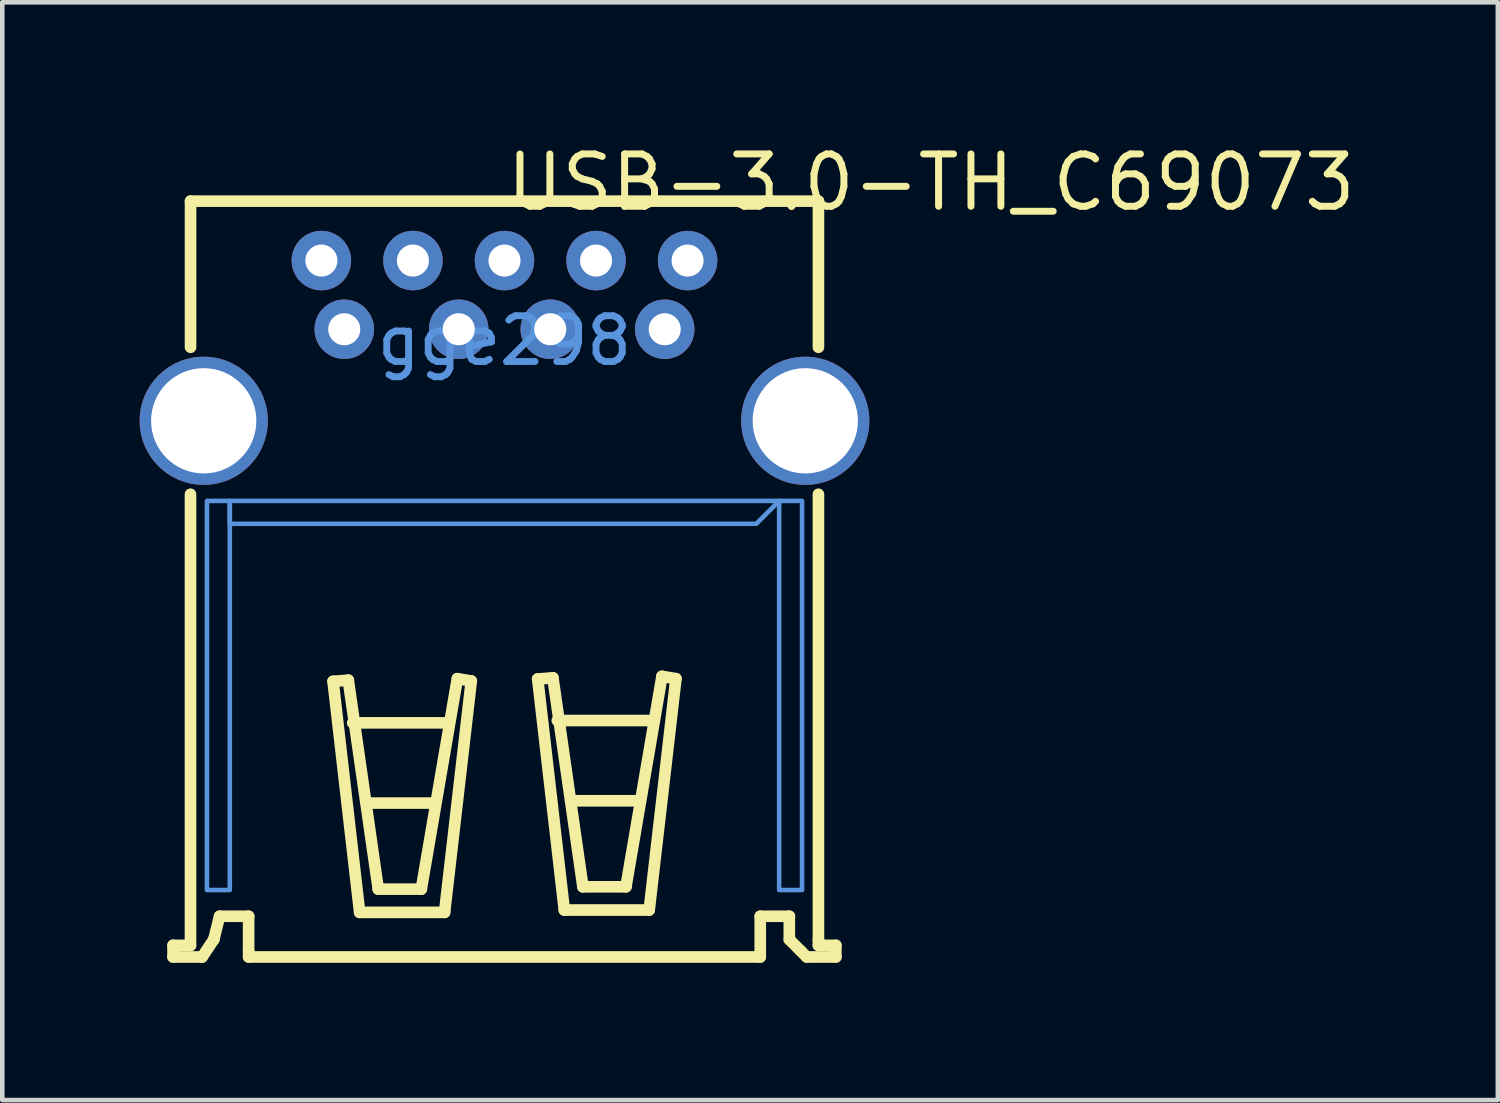
<source format=kicad_pcb>
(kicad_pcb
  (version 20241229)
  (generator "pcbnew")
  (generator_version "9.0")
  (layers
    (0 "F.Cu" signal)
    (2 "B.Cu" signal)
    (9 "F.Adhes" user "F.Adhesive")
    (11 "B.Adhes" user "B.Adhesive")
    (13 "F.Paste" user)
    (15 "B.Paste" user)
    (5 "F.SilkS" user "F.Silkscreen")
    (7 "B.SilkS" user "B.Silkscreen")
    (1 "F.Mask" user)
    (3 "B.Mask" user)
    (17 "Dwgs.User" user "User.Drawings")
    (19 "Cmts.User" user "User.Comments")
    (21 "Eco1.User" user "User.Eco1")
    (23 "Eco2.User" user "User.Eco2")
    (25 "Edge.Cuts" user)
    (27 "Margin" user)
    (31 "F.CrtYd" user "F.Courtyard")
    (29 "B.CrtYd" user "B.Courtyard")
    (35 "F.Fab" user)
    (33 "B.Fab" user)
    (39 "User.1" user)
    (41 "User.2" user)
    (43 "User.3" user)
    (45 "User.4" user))
  (footprint "USB-3.0-TH_C69073"
    (layer "F.Cu")
    (at 7.97 4.392)
    (property "Reference" "USB-3.0-TH_C69073" (at -0.034 -3.457 0) (layer "F.SilkS") (effects (font (size 1.143 1.143) (thickness 0.152)) (justify left)))
    (attr through_hole)
    (fp_line (start -7.24 13.208) (end -7.24 13.462) (stroke (width 0.254) (type solid)) (layer "F.SilkS"))
    (fp_line (start -7.24 13.462) (end -6.605 13.462) (stroke (width 0.254) (type solid)) (layer "F.SilkS"))
    (fp_line (start -6.859 3.355) (end -6.859 13.208) (stroke (width 0.254) (type solid)) (layer "F.SilkS"))
    (fp_line (start -6.859 13.208) (end -7.24 13.208) (stroke (width 0.254) (type solid)) (layer "F.SilkS"))
    (fp_line (start -6.858 -3.048) (end -6.858 0.144) (stroke (width 0.254) (type solid)) (layer "F.SilkS"))
    (fp_line (start -6.605 13.462) (end -6.35 13.081) (stroke (width 0.254) (type solid)) (layer "F.SilkS"))
    (fp_line (start -6.35 13.081) (end -6.224 12.573) (stroke (width 0.254) (type solid)) (layer "F.SilkS"))
    (fp_line (start -6.224 12.573) (end -5.589 12.573) (stroke (width 0.254) (type solid)) (layer "F.SilkS"))
    (fp_line (start -5.589 12.573) (end -5.589 13.335) (stroke (width 0.254) (type solid)) (layer "F.SilkS"))
    (fp_line (start -5.589 13.335) (end -5.589 13.462) (stroke (width 0.254) (type solid)) (layer "F.SilkS"))
    (fp_line (start -5.589 13.462) (end 5.587 13.462) (stroke (width 0.254) (type solid)) (layer "F.SilkS"))
    (fp_line (start -3.745 7.441) (end -3.164 12.488) (stroke (width 0.254) (type solid)) (layer "F.SilkS"))
    (fp_line (start -3.412 7.416) (end -3.745 7.441) (stroke (width 0.254) (type solid)) (layer "F.SilkS"))
    (fp_line (start -3.316 8.348) (end -1.233 8.348) (stroke (width 0.254) (type solid)) (layer "F.SilkS"))
    (fp_line (start -3.164 12.488) (end -1.309 12.488) (stroke (width 0.254) (type solid)) (layer "F.SilkS"))
    (fp_line (start -2.986 10.1) (end -1.538 10.1) (stroke (width 0.254) (type solid)) (layer "F.SilkS"))
    (fp_line (start -2.757 11.98) (end -3.412 7.416) (stroke (width 0.254) (type solid)) (layer "F.SilkS"))
    (fp_line (start -1.817 11.98) (end -2.757 11.98) (stroke (width 0.254) (type solid)) (layer "F.SilkS"))
    (fp_line (start -1.309 12.488) (end -0.725 7.433) (stroke (width 0.254) (type solid)) (layer "F.SilkS"))
    (fp_line (start -1.03 7.383) (end -1.817 11.98) (stroke (width 0.254) (type solid)) (layer "F.SilkS"))
    (fp_line (start -0.725 7.433) (end -1.03 7.383) (stroke (width 0.254) (type solid)) (layer "F.SilkS"))
    (fp_line (start 0.725 7.39) (end 1.058 7.365) (stroke (width 0.254) (type solid)) (layer "F.SilkS"))
    (fp_line (start 1.058 7.365) (end 1.713 11.929) (stroke (width 0.254) (type solid)) (layer "F.SilkS"))
    (fp_line (start 1.154 8.297) (end 3.237 8.297) (stroke (width 0.254) (type solid)) (layer "F.SilkS"))
    (fp_line (start 1.307 12.437) (end 0.725 7.39) (stroke (width 0.254) (type solid)) (layer "F.SilkS"))
    (fp_line (start 1.485 10.05) (end 2.932 10.05) (stroke (width 0.254) (type solid)) (layer "F.SilkS"))
    (fp_line (start 1.713 11.929) (end 2.653 11.929) (stroke (width 0.254) (type solid)) (layer "F.SilkS"))
    (fp_line (start 2.653 11.929) (end 3.44 7.332) (stroke (width 0.254) (type solid)) (layer "F.SilkS"))
    (fp_line (start 3.161 12.437) (end 1.307 12.437) (stroke (width 0.254) (type solid)) (layer "F.SilkS"))
    (fp_line (start 3.44 7.332) (end 3.745 7.383) (stroke (width 0.254) (type solid)) (layer "F.SilkS"))
    (fp_line (start 3.745 7.383) (end 3.161 12.437) (stroke (width 0.254) (type solid)) (layer "F.SilkS"))
    (fp_line (start 5.587 12.573) (end 6.222 12.573) (stroke (width 0.254) (type solid)) (layer "F.SilkS"))
    (fp_line (start 5.587 13.462) (end 5.587 12.573) (stroke (width 0.254) (type solid)) (layer "F.SilkS"))
    (fp_line (start 6.222 12.573) (end 6.222 13.081) (stroke (width 0.254) (type solid)) (layer "F.SilkS"))
    (fp_line (start 6.222 13.081) (end 6.476 13.335) (stroke (width 0.254) (type solid)) (layer "F.SilkS"))
    (fp_line (start 6.476 13.335) (end 6.603 13.462) (stroke (width 0.254) (type solid)) (layer "F.SilkS"))
    (fp_line (start 6.603 13.462) (end 7.238 13.462) (stroke (width 0.254) (type solid)) (layer "F.SilkS"))
    (fp_line (start 6.857 13.208) (end 6.857 13.081) (stroke (width 0.254) (type solid)) (layer "F.SilkS"))
    (fp_line (start 6.858 -3.048) (end -6.858 -3.048) (stroke (width 0.254) (type solid)) (layer "F.SilkS"))
    (fp_line (start 6.858 0.144) (end 6.858 -3.048) (stroke (width 0.254) (type solid)) (layer "F.SilkS"))
    (fp_line (start 6.858 13.081) (end 6.858 3.355) (stroke (width 0.254) (type solid)) (layer "F.SilkS"))
    (fp_line (start 7.238 13.208) (end 6.857 13.208) (stroke (width 0.254) (type solid)) (layer "F.SilkS"))
    (fp_line (start 7.238 13.462) (end 7.238 13.208) (stroke (width 0.254) (type solid)) (layer "F.SilkS"))
    (fp_poly (pts (xy -6.5 12) (xy -6.5 3.5) (xy -6 3.5) (xy -6 12)) (stroke (width 0.1) (type solid)) (fill no) (layer "Cmts.User"))
    (fp_poly (pts (xy -6 3.5) (xy 6 3.5) (xy 5.5 4) (xy -6 4)) (stroke (width 0.1) (type solid)) (fill no) (layer "Cmts.User"))
    (fp_poly (pts (xy 6.5 12) (xy 6.5 3.5) (xy 6 3.5) (xy 6 12)) (stroke (width 0.1) (type solid)) (fill no) (layer "Cmts.User"))
    (fp_text user "gge298" (at 0 0 0) (layer "Cmts.User") (effects (font (size 1 1) (thickness 0.15))))
    (pad "1" thru_hole circle (at -3.5 -0.25) (size 1.3 1.3) (drill 0.7) (layers "*.Cu" "*.Paste" "*.Mask"))
    (pad "2" thru_hole circle (at -1 -0.25) (size 1.3 1.3) (drill 0.7) (layers "*.Cu" "*.Paste" "*.Mask"))
    (pad "3" thru_hole circle (at 1 -0.25) (size 1.3 1.3) (drill 0.7) (layers "*.Cu" "*.Paste" "*.Mask"))
    (pad "4" thru_hole circle (at 3.5 -0.25) (size 1.3 1.3) (drill 0.7) (layers "*.Cu" "*.Paste" "*.Mask"))
    (pad "5" thru_hole circle (at 4 -1.75) (size 1.3 1.3) (drill 0.7) (layers "*.Cu" "*.Paste" "*.Mask"))
    (pad "6" thru_hole circle (at 2 -1.75) (size 1.3 1.3) (drill 0.7) (layers "*.Cu" "*.Paste" "*.Mask"))
    (pad "7" thru_hole circle (at 0 -1.75) (size 1.3 1.3) (drill 0.7) (layers "*.Cu" "*.Paste" "*.Mask"))
    (pad "8" thru_hole circle (at -2 -1.75) (size 1.3 1.3) (drill 0.7) (layers "*.Cu" "*.Paste" "*.Mask"))
    (pad "9" thru_hole circle (at -4 -1.75) (size 1.3 1.3) (drill 0.7) (layers "*.Cu" "*.Paste" "*.Mask"))
    (pad "10" thru_hole circle (at -6.57 1.75) (size 2.8 2.8) (drill 2.3) (layers "*.Cu" "*.Paste" "*.Mask"))
    (pad "11" thru_hole circle (at 6.57 1.75) (size 2.8 2.8) (drill 2.3) (layers "*.Cu" "*.Paste" "*.Mask")))
  (gr_rect
    (start -3 -3)
    (end 29.669 20.981)
    (stroke (width 0.1) (type default))
    (fill no)
    (layer "Edge.Cuts")))
</source>
